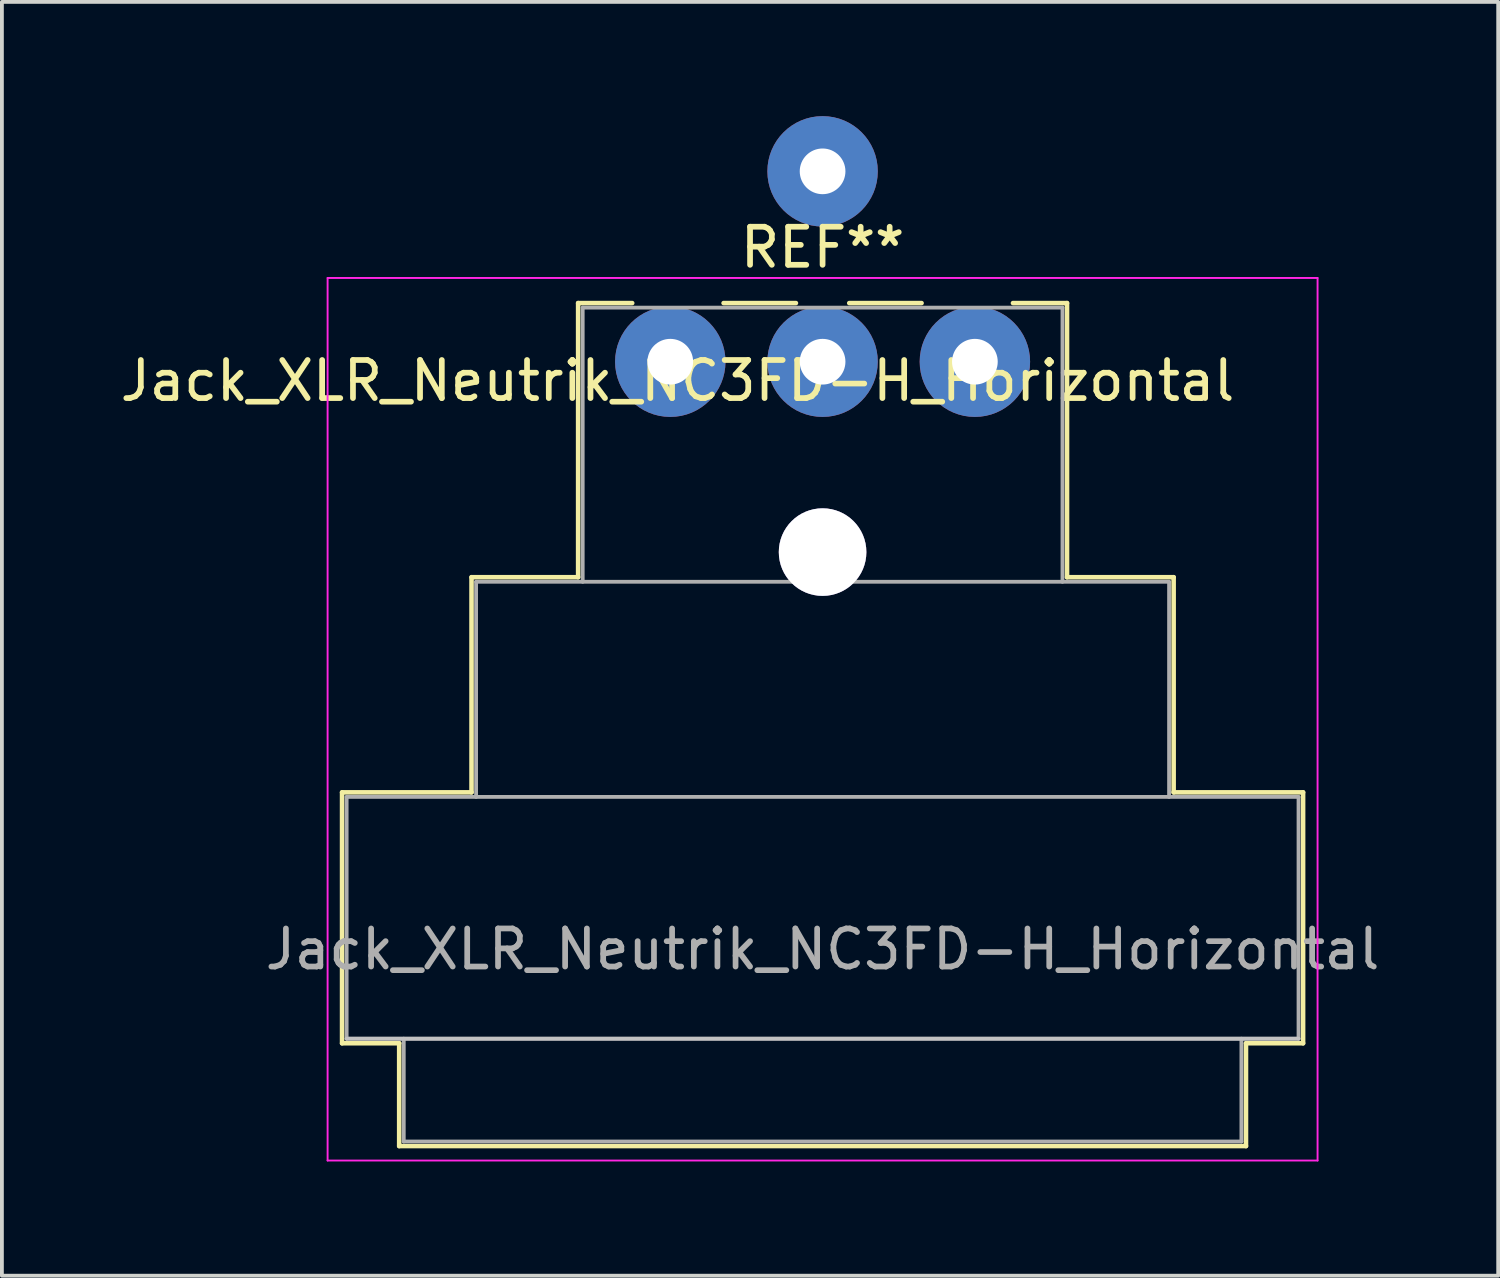
<source format=kicad_pcb>
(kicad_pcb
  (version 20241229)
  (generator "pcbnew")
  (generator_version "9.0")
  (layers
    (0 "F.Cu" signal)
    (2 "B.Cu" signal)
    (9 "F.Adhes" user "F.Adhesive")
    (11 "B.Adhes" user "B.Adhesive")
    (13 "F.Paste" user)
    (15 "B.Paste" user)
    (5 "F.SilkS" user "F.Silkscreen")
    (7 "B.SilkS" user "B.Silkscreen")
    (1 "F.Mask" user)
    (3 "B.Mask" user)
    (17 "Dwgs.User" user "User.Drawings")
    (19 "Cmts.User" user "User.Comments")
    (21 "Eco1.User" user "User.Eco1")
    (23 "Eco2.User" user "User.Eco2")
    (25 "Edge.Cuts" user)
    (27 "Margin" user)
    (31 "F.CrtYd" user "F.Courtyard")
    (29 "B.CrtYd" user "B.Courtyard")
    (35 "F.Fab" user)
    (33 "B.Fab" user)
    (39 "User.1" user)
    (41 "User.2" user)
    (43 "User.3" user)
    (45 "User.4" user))
  (footprint "Jack_XLR_Neutrik_NC3FD-H_Horizontal"
    (layer "F.Cu")
    (at 18.554 6.45)
    (property "Reference" "Jack_XLR_Neutrik_NC3FD-H_Horizontal" (at -3.81 0.5 0) (layer "F.SilkS") (effects (font (size 1 1) (thickness 0.15))))
    (attr through_hole)
    (fp_line (start -12.62 11.31) (end -9.22 11.31) (stroke (width 0.12) (type solid)) (layer "F.SilkS"))
    (fp_line (start -12.62 17.9) (end -12.62 11.31) (stroke (width 0.12) (type solid)) (layer "F.SilkS"))
    (fp_line (start -11.12 17.9) (end -12.62 17.9) (stroke (width 0.12) (type solid)) (layer "F.SilkS"))
    (fp_line (start -11.12 17.9) (end -11.12 20.6) (stroke (width 0.12) (type solid)) (layer "F.SilkS"))
    (fp_line (start -9.22 11.31) (end -9.22 5.66) (stroke (width 0.12) (type solid)) (layer "F.SilkS"))
    (fp_line (start -6.42 5.66) (end -9.22 5.66) (stroke (width 0.12) (type solid)) (layer "F.SilkS"))
    (fp_line (start -6.42 5.66) (end -6.42 -1.54) (stroke (width 0.12) (type solid)) (layer "F.SilkS"))
    (fp_line (start -5 -1.54) (end -6.42 -1.54) (stroke (width 0.12) (type solid)) (layer "F.SilkS"))
    (fp_line (start -0.7 -1.54) (end -2.6 -1.54) (stroke (width 0.12) (type solid)) (layer "F.SilkS"))
    (fp_line (start 0.7 -1.54) (end 2.6 -1.54) (stroke (width 0.12) (type solid)) (layer "F.SilkS"))
    (fp_line (start 6.42 -1.54) (end 5 -1.54) (stroke (width 0.12) (type solid)) (layer "F.SilkS"))
    (fp_line (start 6.42 5.66) (end 6.42 -1.54) (stroke (width 0.12) (type solid)) (layer "F.SilkS"))
    (fp_line (start 6.42 5.66) (end 9.22 5.66) (stroke (width 0.12) (type solid)) (layer "F.SilkS"))
    (fp_line (start 9.22 11.31) (end 9.22 5.66) (stroke (width 0.12) (type solid)) (layer "F.SilkS"))
    (fp_line (start 9.22 11.31) (end 12.62 11.31) (stroke (width 0.12) (type solid)) (layer "F.SilkS"))
    (fp_line (start 11.12 17.9) (end 11.12 20.6) (stroke (width 0.12) (type solid)) (layer "F.SilkS"))
    (fp_line (start 11.12 20.6) (end -11.12 20.6) (stroke (width 0.12) (type solid)) (layer "F.SilkS"))
    (fp_line (start 12.62 17.9) (end 11.12 17.9) (stroke (width 0.12) (type solid)) (layer "F.SilkS"))
    (fp_line (start 12.62 17.9) (end 12.62 11.31) (stroke (width 0.12) (type solid)) (layer "F.SilkS"))
    (fp_line (start 12.5 17.78) (end -12.5 17.78) (stroke (width 0.1) (type solid)) (layer "Dwgs.User"))
    (fp_line (start -13 20.98) (end -13 -2.2) (stroke (width 0.05) (type solid)) (layer "F.CrtYd"))
    (fp_line (start 13 -2.2) (end -13 -2.2) (stroke (width 0.05) (type solid)) (layer "F.CrtYd"))
    (fp_line (start 13 20.98) (end -13 20.98) (stroke (width 0.05) (type solid)) (layer "F.CrtYd"))
    (fp_line (start 13 20.98) (end 13 -2.2) (stroke (width 0.05) (type solid)) (layer "F.CrtYd"))
    (fp_line (start -12.5 11.43) (end 12.5 11.43) (stroke (width 0.1) (type solid)) (layer "F.Fab"))
    (fp_line (start -12.5 17.78) (end -12.5 11.43) (stroke (width 0.1) (type solid)) (layer "F.Fab"))
    (fp_line (start -11 20.48) (end -11 17.78) (stroke (width 0.1) (type solid)) (layer "F.Fab"))
    (fp_line (start -9.1 5.78) (end -9.1 11.43) (stroke (width 0.1) (type solid)) (layer "F.Fab"))
    (fp_line (start -9.1 5.78) (end 9.1 5.78) (stroke (width 0.1) (type solid)) (layer "F.Fab"))
    (fp_line (start -6.3 5.78) (end -6.3 -1.42) (stroke (width 0.1) (type solid)) (layer "F.Fab"))
    (fp_line (start 6.3 -1.42) (end -6.3 -1.42) (stroke (width 0.1) (type solid)) (layer "F.Fab"))
    (fp_line (start 6.3 5.78) (end 6.3 -1.42) (stroke (width 0.1) (type solid)) (layer "F.Fab"))
    (fp_line (start 9.1 11.43) (end 9.1 5.78) (stroke (width 0.1) (type solid)) (layer "F.Fab"))
    (fp_line (start 11 17.78) (end 11 20.48) (stroke (width 0.1) (type solid)) (layer "F.Fab"))
    (fp_line (start 11 20.48) (end -11 20.48) (stroke (width 0.1) (type solid)) (layer "F.Fab"))
    (fp_line (start 12.5 11.43) (end 12.5 17.78) (stroke (width 0.1) (type solid)) (layer "F.Fab"))
    (fp_line (start 12.5 17.78) (end -12.5 17.78) (stroke (width 0.1) (type solid)) (layer "F.Fab"))
    (fp_text user "REF**" (at 0 -3 0) (layer "F.SilkS") (effects (font (size 1 1) (thickness 0.15))))
    (fp_text user "${REFERENCE}" (at 0 15.43 0) (layer "F.Fab") (effects (font (size 1 1) (thickness 0.15))))
    (pad "" thru_hole circle (at 0 5) (size 2.3 2.3) (drill 2.3) (layers "*.Cu" "*.Mask"))
    (pad "1" thru_hole circle (at -4 0) (size 2.9 2.9) (drill 1.2) (layers "*.Cu" "*.Mask"))
    (pad "2" thru_hole circle (at 4 0) (size 2.9 2.9) (drill 1.2) (layers "*.Cu" "*.Mask"))
    (pad "3" thru_hole circle (at 0 0) (size 2.9 2.9) (drill 1.2) (layers "*.Cu" "*.Mask"))
    (pad "G" thru_hole circle (at 0 -5) (size 2.9 2.9) (drill 1.2) (layers "*.Cu" "*.Mask")))
  (gr_rect
    (start -3 -3)
    (end 36.298 30.455)
    (stroke (width 0.1) (type default))
    (fill no)
    (layer "Edge.Cuts")))
</source>
